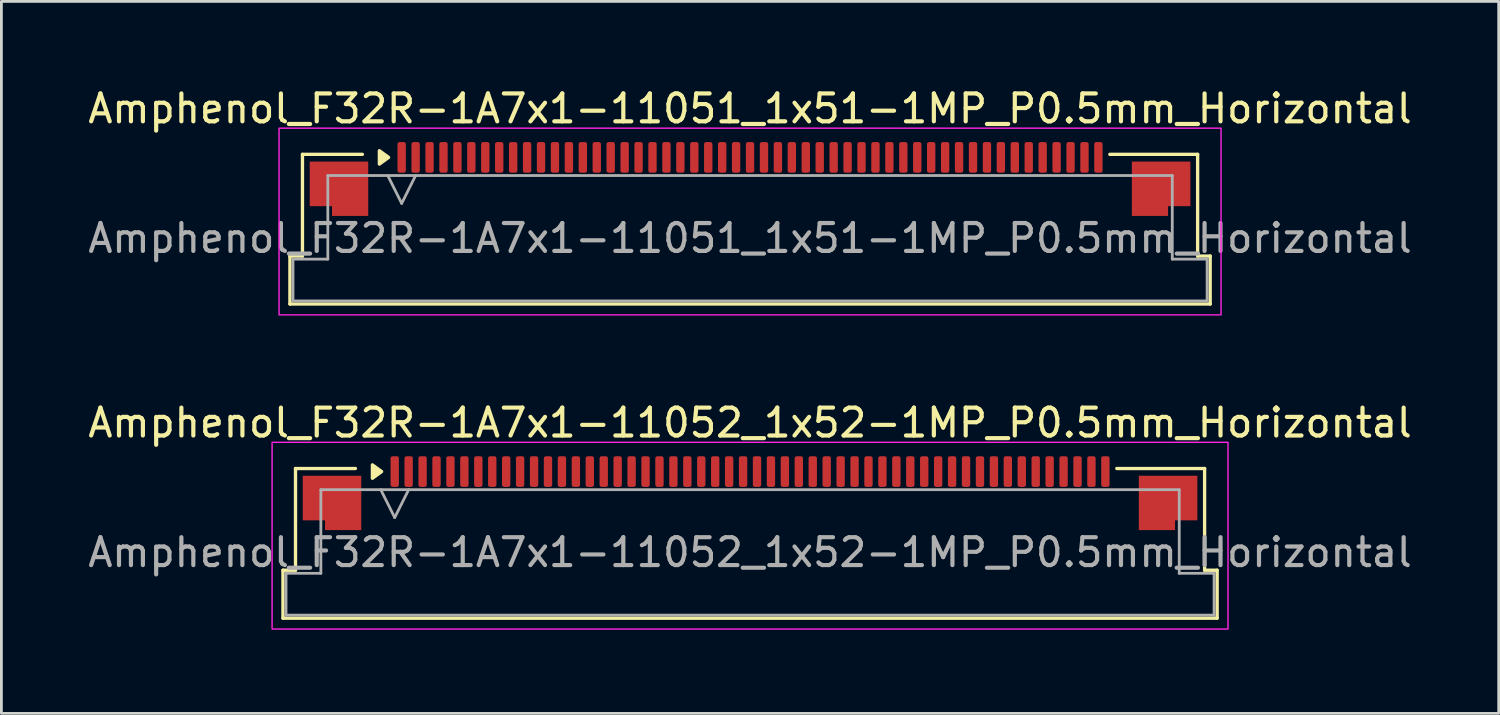
<source format=kicad_pcb>
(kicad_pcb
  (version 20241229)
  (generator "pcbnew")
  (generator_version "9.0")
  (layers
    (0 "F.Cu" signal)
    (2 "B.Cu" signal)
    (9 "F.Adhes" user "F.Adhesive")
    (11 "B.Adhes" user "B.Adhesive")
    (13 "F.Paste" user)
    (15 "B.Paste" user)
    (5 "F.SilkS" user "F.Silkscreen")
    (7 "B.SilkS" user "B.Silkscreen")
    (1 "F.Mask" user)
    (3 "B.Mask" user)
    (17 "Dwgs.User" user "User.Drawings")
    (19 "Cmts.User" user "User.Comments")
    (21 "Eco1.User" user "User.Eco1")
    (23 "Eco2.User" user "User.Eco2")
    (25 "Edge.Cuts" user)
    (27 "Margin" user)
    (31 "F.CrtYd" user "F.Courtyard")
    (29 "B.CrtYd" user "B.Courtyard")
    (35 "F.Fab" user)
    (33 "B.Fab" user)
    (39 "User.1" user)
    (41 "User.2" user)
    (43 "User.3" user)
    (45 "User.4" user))
  (footprint "Amphenol_F32R-1A7x1-11051_1x51-1MP_P0.5mm_Horizontal"
    (layer "F.Cu")
    (at 23.863 5.498)
    (property "Reference" "Amphenol_F32R-1A7x1-11051_1x51-1MP_P0.5mm_Horizontal" (at 0 -4.65 0) (layer "F.SilkS") (effects (font (size 1 1) (thickness 0.15))))
    (attr smd)
    (fp_line (start -16.51 0.64) (end -16.06 0.64) (stroke (width 0.12) (type solid)) (layer "F.SilkS"))
    (fp_line (start -16.51 2.36) (end -16.51 0.64) (stroke (width 0.12) (type solid)) (layer "F.SilkS"))
    (fp_line (start -16.06 -3.01) (end -13.91 -3.01) (stroke (width 0.12) (type solid)) (layer "F.SilkS"))
    (fp_line (start -16.06 0.64) (end -16.06 -3.01) (stroke (width 0.12) (type solid)) (layer "F.SilkS"))
    (fp_line (start 12.91 -3.01) (end 16.06 -3.01) (stroke (width 0.12) (type solid)) (layer "F.SilkS"))
    (fp_line (start 16.06 -3.01) (end 16.06 0.64) (stroke (width 0.12) (type solid)) (layer "F.SilkS"))
    (fp_line (start 16.06 0.64) (end 16.51 0.64) (stroke (width 0.12) (type solid)) (layer "F.SilkS"))
    (fp_line (start 16.51 0.64) (end 16.51 2.36) (stroke (width 0.12) (type solid)) (layer "F.SilkS"))
    (fp_line (start 16.51 2.36) (end -16.51 2.36) (stroke (width 0.12) (type solid)) (layer "F.SilkS"))
    (fp_poly (pts (xy -12.97 -2.9) (xy -13.3 -2.66) (xy -13.3 -3.14)) (stroke (width 0.12) (type solid)) (fill yes) (layer "F.SilkS"))
    (fp_rect (start -16.9 -3.95) (end 16.9 2.75) (stroke (width 0.05) (type solid)) (fill no) (layer "F.CrtYd"))
    (fp_line (start -16.4 0.75) (end -15.15 0.75) (stroke (width 0.1) (type solid)) (layer "F.Fab"))
    (fp_line (start -16.4 2.25) (end -16.4 0.75) (stroke (width 0.1) (type solid)) (layer "F.Fab"))
    (fp_line (start -15.15 -2.25) (end 15.15 -2.25) (stroke (width 0.1) (type solid)) (layer "F.Fab"))
    (fp_line (start -15.15 0.75) (end -15.15 -2.25) (stroke (width 0.1) (type solid)) (layer "F.Fab"))
    (fp_line (start -13 -2.25) (end -12.5 -1.25) (stroke (width 0.1) (type solid)) (layer "F.Fab"))
    (fp_line (start -12.5 -1.25) (end -12 -2.25) (stroke (width 0.1) (type solid)) (layer "F.Fab"))
    (fp_line (start 15.15 -2.25) (end 15.15 0.75) (stroke (width 0.1) (type solid)) (layer "F.Fab"))
    (fp_line (start 15.15 0.75) (end 16.4 0.75) (stroke (width 0.1) (type solid)) (layer "F.Fab"))
    (fp_line (start 16.4 0.75) (end 16.4 2.25) (stroke (width 0.1) (type solid)) (layer "F.Fab"))
    (fp_line (start 16.4 2.25) (end -16.4 2.25) (stroke (width 0.1) (type solid)) (layer "F.Fab"))
    (fp_text user "${REFERENCE}" (at 0 0 0) (layer "F.Fab") (effects (font (size 1 1) (thickness 0.15))))
    (pad "1" smd roundrect (at -12.5 -2.9) (size 0.3 1.1) (layers "F.Cu" "F.Mask" "F.Paste") (roundrect_rratio 0.25))
    (pad "2" smd roundrect (at -12 -2.9) (size 0.3 1.1) (layers "F.Cu" "F.Mask" "F.Paste") (roundrect_rratio 0.25))
    (pad "3" smd roundrect (at -11.5 -2.9) (size 0.3 1.1) (layers "F.Cu" "F.Mask" "F.Paste") (roundrect_rratio 0.25))
    (pad "4" smd roundrect (at -11 -2.9) (size 0.3 1.1) (layers "F.Cu" "F.Mask" "F.Paste") (roundrect_rratio 0.25))
    (pad "5" smd roundrect (at -10.5 -2.9) (size 0.3 1.1) (layers "F.Cu" "F.Mask" "F.Paste") (roundrect_rratio 0.25))
    (pad "6" smd roundrect (at -10 -2.9) (size 0.3 1.1) (layers "F.Cu" "F.Mask" "F.Paste") (roundrect_rratio 0.25))
    (pad "7" smd roundrect (at -9.5 -2.9) (size 0.3 1.1) (layers "F.Cu" "F.Mask" "F.Paste") (roundrect_rratio 0.25))
    (pad "8" smd roundrect (at -9 -2.9) (size 0.3 1.1) (layers "F.Cu" "F.Mask" "F.Paste") (roundrect_rratio 0.25))
    (pad "9" smd roundrect (at -8.5 -2.9) (size 0.3 1.1) (layers "F.Cu" "F.Mask" "F.Paste") (roundrect_rratio 0.25))
    (pad "10" smd roundrect (at -8 -2.9) (size 0.3 1.1) (layers "F.Cu" "F.Mask" "F.Paste") (roundrect_rratio 0.25))
    (pad "11" smd roundrect (at -7.5 -2.9) (size 0.3 1.1) (layers "F.Cu" "F.Mask" "F.Paste") (roundrect_rratio 0.25))
    (pad "12" smd roundrect (at -7 -2.9) (size 0.3 1.1) (layers "F.Cu" "F.Mask" "F.Paste") (roundrect_rratio 0.25))
    (pad "13" smd roundrect (at -6.5 -2.9) (size 0.3 1.1) (layers "F.Cu" "F.Mask" "F.Paste") (roundrect_rratio 0.25))
    (pad "14" smd roundrect (at -6 -2.9) (size 0.3 1.1) (layers "F.Cu" "F.Mask" "F.Paste") (roundrect_rratio 0.25))
    (pad "15" smd roundrect (at -5.5 -2.9) (size 0.3 1.1) (layers "F.Cu" "F.Mask" "F.Paste") (roundrect_rratio 0.25))
    (pad "16" smd roundrect (at -5 -2.9) (size 0.3 1.1) (layers "F.Cu" "F.Mask" "F.Paste") (roundrect_rratio 0.25))
    (pad "17" smd roundrect (at -4.5 -2.9) (size 0.3 1.1) (layers "F.Cu" "F.Mask" "F.Paste") (roundrect_rratio 0.25))
    (pad "18" smd roundrect (at -4 -2.9) (size 0.3 1.1) (layers "F.Cu" "F.Mask" "F.Paste") (roundrect_rratio 0.25))
    (pad "19" smd roundrect (at -3.5 -2.9) (size 0.3 1.1) (layers "F.Cu" "F.Mask" "F.Paste") (roundrect_rratio 0.25))
    (pad "20" smd roundrect (at -3 -2.9) (size 0.3 1.1) (layers "F.Cu" "F.Mask" "F.Paste") (roundrect_rratio 0.25))
    (pad "21" smd roundrect (at -2.5 -2.9) (size 0.3 1.1) (layers "F.Cu" "F.Mask" "F.Paste") (roundrect_rratio 0.25))
    (pad "22" smd roundrect (at -2 -2.9) (size 0.3 1.1) (layers "F.Cu" "F.Mask" "F.Paste") (roundrect_rratio 0.25))
    (pad "23" smd roundrect (at -1.5 -2.9) (size 0.3 1.1) (layers "F.Cu" "F.Mask" "F.Paste") (roundrect_rratio 0.25))
    (pad "24" smd roundrect (at -1 -2.9) (size 0.3 1.1) (layers "F.Cu" "F.Mask" "F.Paste") (roundrect_rratio 0.25))
    (pad "25" smd roundrect (at -0.5 -2.9) (size 0.3 1.1) (layers "F.Cu" "F.Mask" "F.Paste") (roundrect_rratio 0.25))
    (pad "26" smd roundrect (at 0 -2.9) (size 0.3 1.1) (layers "F.Cu" "F.Mask" "F.Paste") (roundrect_rratio 0.25))
    (pad "27" smd roundrect (at 0.5 -2.9) (size 0.3 1.1) (layers "F.Cu" "F.Mask" "F.Paste") (roundrect_rratio 0.25))
    (pad "28" smd roundrect (at 1 -2.9) (size 0.3 1.1) (layers "F.Cu" "F.Mask" "F.Paste") (roundrect_rratio 0.25))
    (pad "29" smd roundrect (at 1.5 -2.9) (size 0.3 1.1) (layers "F.Cu" "F.Mask" "F.Paste") (roundrect_rratio 0.25))
    (pad "30" smd roundrect (at 2 -2.9) (size 0.3 1.1) (layers "F.Cu" "F.Mask" "F.Paste") (roundrect_rratio 0.25))
    (pad "31" smd roundrect (at 2.5 -2.9) (size 0.3 1.1) (layers "F.Cu" "F.Mask" "F.Paste") (roundrect_rratio 0.25))
    (pad "32" smd roundrect (at 3 -2.9) (size 0.3 1.1) (layers "F.Cu" "F.Mask" "F.Paste") (roundrect_rratio 0.25))
    (pad "33" smd roundrect (at 3.5 -2.9) (size 0.3 1.1) (layers "F.Cu" "F.Mask" "F.Paste") (roundrect_rratio 0.25))
    (pad "34" smd roundrect (at 4 -2.9) (size 0.3 1.1) (layers "F.Cu" "F.Mask" "F.Paste") (roundrect_rratio 0.25))
    (pad "35" smd roundrect (at 4.5 -2.9) (size 0.3 1.1) (layers "F.Cu" "F.Mask" "F.Paste") (roundrect_rratio 0.25))
    (pad "36" smd roundrect (at 5 -2.9) (size 0.3 1.1) (layers "F.Cu" "F.Mask" "F.Paste") (roundrect_rratio 0.25))
    (pad "37" smd roundrect (at 5.5 -2.9) (size 0.3 1.1) (layers "F.Cu" "F.Mask" "F.Paste") (roundrect_rratio 0.25))
    (pad "38" smd roundrect (at 6 -2.9) (size 0.3 1.1) (layers "F.Cu" "F.Mask" "F.Paste") (roundrect_rratio 0.25))
    (pad "39" smd roundrect (at 6.5 -2.9) (size 0.3 1.1) (layers "F.Cu" "F.Mask" "F.Paste") (roundrect_rratio 0.25))
    (pad "40" smd roundrect (at 7 -2.9) (size 0.3 1.1) (layers "F.Cu" "F.Mask" "F.Paste") (roundrect_rratio 0.25))
    (pad "41" smd roundrect (at 7.5 -2.9) (size 0.3 1.1) (layers "F.Cu" "F.Mask" "F.Paste") (roundrect_rratio 0.25))
    (pad "42" smd roundrect (at 8 -2.9) (size 0.3 1.1) (layers "F.Cu" "F.Mask" "F.Paste") (roundrect_rratio 0.25))
    (pad "43" smd roundrect (at 8.5 -2.9) (size 0.3 1.1) (layers "F.Cu" "F.Mask" "F.Paste") (roundrect_rratio 0.25))
    (pad "44" smd roundrect (at 9 -2.9) (size 0.3 1.1) (layers "F.Cu" "F.Mask" "F.Paste") (roundrect_rratio 0.25))
    (pad "45" smd roundrect (at 9.5 -2.9) (size 0.3 1.1) (layers "F.Cu" "F.Mask" "F.Paste") (roundrect_rratio 0.25))
    (pad "46" smd roundrect (at 10 -2.9) (size 0.3 1.1) (layers "F.Cu" "F.Mask" "F.Paste") (roundrect_rratio 0.25))
    (pad "47" smd roundrect (at 10.5 -2.9) (size 0.3 1.1) (layers "F.Cu" "F.Mask" "F.Paste") (roundrect_rratio 0.25))
    (pad "48" smd roundrect (at 11 -2.9) (size 0.3 1.1) (layers "F.Cu" "F.Mask" "F.Paste") (roundrect_rratio 0.25))
    (pad "49" smd roundrect (at 11.5 -2.9) (size 0.3 1.1) (layers "F.Cu" "F.Mask" "F.Paste") (roundrect_rratio 0.25))
    (pad "50" smd roundrect (at 12 -2.9) (size 0.3 1.1) (layers "F.Cu" "F.Mask" "F.Paste") (roundrect_rratio 0.25))
    (pad "51" smd roundrect (at 12.5 -2.9) (size 0.3 1.1) (layers "F.Cu" "F.Mask" "F.Paste") (roundrect_rratio 0.25))
    (pad "MP" smd custom (at -14.75 -1.775) (size 1 1) (layers "F.Cu" "F.Mask" "F.Paste") (options (anchor circle)) (primitives (gr_poly (pts (xy 1.05 -0.975) (xy 1.05 0.975) (xy -0.25 0.975) (xy -0.25 0.625) (xy -1.05 0.625) (xy -1.05 -0.975)) (width 0) (fill yes))))
    (pad "MP" smd custom (at 14.75 -1.775) (size 1 1) (layers "F.Cu" "F.Mask" "F.Paste") (options (anchor circle)) (primitives (gr_poly (pts (xy -1.05 -0.975) (xy -1.05 0.975) (xy 0.25 0.975) (xy 0.25 0.625) (xy 1.05 0.625) (xy 1.05 -0.975)) (width 0) (fill yes)))))
  (footprint "Amphenol_F32R-1A7x1-11052_1x52-1MP_P0.5mm_Horizontal"
    (layer "F.Cu")
    (at 23.863 16.771)
    (property "Reference" "Amphenol_F32R-1A7x1-11052_1x52-1MP_P0.5mm_Horizontal" (at 0 -4.65 0) (layer "F.SilkS") (effects (font (size 1 1) (thickness 0.15))))
    (attr smd)
    (fp_line (start -16.76 0.64) (end -16.31 0.64) (stroke (width 0.12) (type solid)) (layer "F.SilkS"))
    (fp_line (start -16.76 2.36) (end -16.76 0.64) (stroke (width 0.12) (type solid)) (layer "F.SilkS"))
    (fp_line (start -16.31 -3.01) (end -14.16 -3.01) (stroke (width 0.12) (type solid)) (layer "F.SilkS"))
    (fp_line (start -16.31 0.64) (end -16.31 -3.01) (stroke (width 0.12) (type solid)) (layer "F.SilkS"))
    (fp_line (start 13.16 -3.01) (end 16.31 -3.01) (stroke (width 0.12) (type solid)) (layer "F.SilkS"))
    (fp_line (start 16.31 -3.01) (end 16.31 0.64) (stroke (width 0.12) (type solid)) (layer "F.SilkS"))
    (fp_line (start 16.31 0.64) (end 16.76 0.64) (stroke (width 0.12) (type solid)) (layer "F.SilkS"))
    (fp_line (start 16.76 0.64) (end 16.76 2.36) (stroke (width 0.12) (type solid)) (layer "F.SilkS"))
    (fp_line (start 16.76 2.36) (end -16.76 2.36) (stroke (width 0.12) (type solid)) (layer "F.SilkS"))
    (fp_poly (pts (xy -13.22 -2.9) (xy -13.55 -2.66) (xy -13.55 -3.14)) (stroke (width 0.12) (type solid)) (fill yes) (layer "F.SilkS"))
    (fp_rect (start -17.15 -3.95) (end 17.15 2.75) (stroke (width 0.05) (type solid)) (fill no) (layer "F.CrtYd"))
    (fp_line (start -16.65 0.75) (end -15.4 0.75) (stroke (width 0.1) (type solid)) (layer "F.Fab"))
    (fp_line (start -16.65 2.25) (end -16.65 0.75) (stroke (width 0.1) (type solid)) (layer "F.Fab"))
    (fp_line (start -15.4 -2.25) (end 15.4 -2.25) (stroke (width 0.1) (type solid)) (layer "F.Fab"))
    (fp_line (start -15.4 0.75) (end -15.4 -2.25) (stroke (width 0.1) (type solid)) (layer "F.Fab"))
    (fp_line (start -13.25 -2.25) (end -12.75 -1.25) (stroke (width 0.1) (type solid)) (layer "F.Fab"))
    (fp_line (start -12.75 -1.25) (end -12.25 -2.25) (stroke (width 0.1) (type solid)) (layer "F.Fab"))
    (fp_line (start 15.4 -2.25) (end 15.4 0.75) (stroke (width 0.1) (type solid)) (layer "F.Fab"))
    (fp_line (start 15.4 0.75) (end 16.65 0.75) (stroke (width 0.1) (type solid)) (layer "F.Fab"))
    (fp_line (start 16.65 0.75) (end 16.65 2.25) (stroke (width 0.1) (type solid)) (layer "F.Fab"))
    (fp_line (start 16.65 2.25) (end -16.65 2.25) (stroke (width 0.1) (type solid)) (layer "F.Fab"))
    (fp_text user "${REFERENCE}" (at 0 0 0) (layer "F.Fab") (effects (font (size 1 1) (thickness 0.15))))
    (pad "1" smd roundrect (at -12.75 -2.9) (size 0.3 1.1) (layers "F.Cu" "F.Mask" "F.Paste") (roundrect_rratio 0.25))
    (pad "2" smd roundrect (at -12.25 -2.9) (size 0.3 1.1) (layers "F.Cu" "F.Mask" "F.Paste") (roundrect_rratio 0.25))
    (pad "3" smd roundrect (at -11.75 -2.9) (size 0.3 1.1) (layers "F.Cu" "F.Mask" "F.Paste") (roundrect_rratio 0.25))
    (pad "4" smd roundrect (at -11.25 -2.9) (size 0.3 1.1) (layers "F.Cu" "F.Mask" "F.Paste") (roundrect_rratio 0.25))
    (pad "5" smd roundrect (at -10.75 -2.9) (size 0.3 1.1) (layers "F.Cu" "F.Mask" "F.Paste") (roundrect_rratio 0.25))
    (pad "6" smd roundrect (at -10.25 -2.9) (size 0.3 1.1) (layers "F.Cu" "F.Mask" "F.Paste") (roundrect_rratio 0.25))
    (pad "7" smd roundrect (at -9.75 -2.9) (size 0.3 1.1) (layers "F.Cu" "F.Mask" "F.Paste") (roundrect_rratio 0.25))
    (pad "8" smd roundrect (at -9.25 -2.9) (size 0.3 1.1) (layers "F.Cu" "F.Mask" "F.Paste") (roundrect_rratio 0.25))
    (pad "9" smd roundrect (at -8.75 -2.9) (size 0.3 1.1) (layers "F.Cu" "F.Mask" "F.Paste") (roundrect_rratio 0.25))
    (pad "10" smd roundrect (at -8.25 -2.9) (size 0.3 1.1) (layers "F.Cu" "F.Mask" "F.Paste") (roundrect_rratio 0.25))
    (pad "11" smd roundrect (at -7.75 -2.9) (size 0.3 1.1) (layers "F.Cu" "F.Mask" "F.Paste") (roundrect_rratio 0.25))
    (pad "12" smd roundrect (at -7.25 -2.9) (size 0.3 1.1) (layers "F.Cu" "F.Mask" "F.Paste") (roundrect_rratio 0.25))
    (pad "13" smd roundrect (at -6.75 -2.9) (size 0.3 1.1) (layers "F.Cu" "F.Mask" "F.Paste") (roundrect_rratio 0.25))
    (pad "14" smd roundrect (at -6.25 -2.9) (size 0.3 1.1) (layers "F.Cu" "F.Mask" "F.Paste") (roundrect_rratio 0.25))
    (pad "15" smd roundrect (at -5.75 -2.9) (size 0.3 1.1) (layers "F.Cu" "F.Mask" "F.Paste") (roundrect_rratio 0.25))
    (pad "16" smd roundrect (at -5.25 -2.9) (size 0.3 1.1) (layers "F.Cu" "F.Mask" "F.Paste") (roundrect_rratio 0.25))
    (pad "17" smd roundrect (at -4.75 -2.9) (size 0.3 1.1) (layers "F.Cu" "F.Mask" "F.Paste") (roundrect_rratio 0.25))
    (pad "18" smd roundrect (at -4.25 -2.9) (size 0.3 1.1) (layers "F.Cu" "F.Mask" "F.Paste") (roundrect_rratio 0.25))
    (pad "19" smd roundrect (at -3.75 -2.9) (size 0.3 1.1) (layers "F.Cu" "F.Mask" "F.Paste") (roundrect_rratio 0.25))
    (pad "20" smd roundrect (at -3.25 -2.9) (size 0.3 1.1) (layers "F.Cu" "F.Mask" "F.Paste") (roundrect_rratio 0.25))
    (pad "21" smd roundrect (at -2.75 -2.9) (size 0.3 1.1) (layers "F.Cu" "F.Mask" "F.Paste") (roundrect_rratio 0.25))
    (pad "22" smd roundrect (at -2.25 -2.9) (size 0.3 1.1) (layers "F.Cu" "F.Mask" "F.Paste") (roundrect_rratio 0.25))
    (pad "23" smd roundrect (at -1.75 -2.9) (size 0.3 1.1) (layers "F.Cu" "F.Mask" "F.Paste") (roundrect_rratio 0.25))
    (pad "24" smd roundrect (at -1.25 -2.9) (size 0.3 1.1) (layers "F.Cu" "F.Mask" "F.Paste") (roundrect_rratio 0.25))
    (pad "25" smd roundrect (at -0.75 -2.9) (size 0.3 1.1) (layers "F.Cu" "F.Mask" "F.Paste") (roundrect_rratio 0.25))
    (pad "26" smd roundrect (at -0.25 -2.9) (size 0.3 1.1) (layers "F.Cu" "F.Mask" "F.Paste") (roundrect_rratio 0.25))
    (pad "27" smd roundrect (at 0.25 -2.9) (size 0.3 1.1) (layers "F.Cu" "F.Mask" "F.Paste") (roundrect_rratio 0.25))
    (pad "28" smd roundrect (at 0.75 -2.9) (size 0.3 1.1) (layers "F.Cu" "F.Mask" "F.Paste") (roundrect_rratio 0.25))
    (pad "29" smd roundrect (at 1.25 -2.9) (size 0.3 1.1) (layers "F.Cu" "F.Mask" "F.Paste") (roundrect_rratio 0.25))
    (pad "30" smd roundrect (at 1.75 -2.9) (size 0.3 1.1) (layers "F.Cu" "F.Mask" "F.Paste") (roundrect_rratio 0.25))
    (pad "31" smd roundrect (at 2.25 -2.9) (size 0.3 1.1) (layers "F.Cu" "F.Mask" "F.Paste") (roundrect_rratio 0.25))
    (pad "32" smd roundrect (at 2.75 -2.9) (size 0.3 1.1) (layers "F.Cu" "F.Mask" "F.Paste") (roundrect_rratio 0.25))
    (pad "33" smd roundrect (at 3.25 -2.9) (size 0.3 1.1) (layers "F.Cu" "F.Mask" "F.Paste") (roundrect_rratio 0.25))
    (pad "34" smd roundrect (at 3.75 -2.9) (size 0.3 1.1) (layers "F.Cu" "F.Mask" "F.Paste") (roundrect_rratio 0.25))
    (pad "35" smd roundrect (at 4.25 -2.9) (size 0.3 1.1) (layers "F.Cu" "F.Mask" "F.Paste") (roundrect_rratio 0.25))
    (pad "36" smd roundrect (at 4.75 -2.9) (size 0.3 1.1) (layers "F.Cu" "F.Mask" "F.Paste") (roundrect_rratio 0.25))
    (pad "37" smd roundrect (at 5.25 -2.9) (size 0.3 1.1) (layers "F.Cu" "F.Mask" "F.Paste") (roundrect_rratio 0.25))
    (pad "38" smd roundrect (at 5.75 -2.9) (size 0.3 1.1) (layers "F.Cu" "F.Mask" "F.Paste") (roundrect_rratio 0.25))
    (pad "39" smd roundrect (at 6.25 -2.9) (size 0.3 1.1) (layers "F.Cu" "F.Mask" "F.Paste") (roundrect_rratio 0.25))
    (pad "40" smd roundrect (at 6.75 -2.9) (size 0.3 1.1) (layers "F.Cu" "F.Mask" "F.Paste") (roundrect_rratio 0.25))
    (pad "41" smd roundrect (at 7.25 -2.9) (size 0.3 1.1) (layers "F.Cu" "F.Mask" "F.Paste") (roundrect_rratio 0.25))
    (pad "42" smd roundrect (at 7.75 -2.9) (size 0.3 1.1) (layers "F.Cu" "F.Mask" "F.Paste") (roundrect_rratio 0.25))
    (pad "43" smd roundrect (at 8.25 -2.9) (size 0.3 1.1) (layers "F.Cu" "F.Mask" "F.Paste") (roundrect_rratio 0.25))
    (pad "44" smd roundrect (at 8.75 -2.9) (size 0.3 1.1) (layers "F.Cu" "F.Mask" "F.Paste") (roundrect_rratio 0.25))
    (pad "45" smd roundrect (at 9.25 -2.9) (size 0.3 1.1) (layers "F.Cu" "F.Mask" "F.Paste") (roundrect_rratio 0.25))
    (pad "46" smd roundrect (at 9.75 -2.9) (size 0.3 1.1) (layers "F.Cu" "F.Mask" "F.Paste") (roundrect_rratio 0.25))
    (pad "47" smd roundrect (at 10.25 -2.9) (size 0.3 1.1) (layers "F.Cu" "F.Mask" "F.Paste") (roundrect_rratio 0.25))
    (pad "48" smd roundrect (at 10.75 -2.9) (size 0.3 1.1) (layers "F.Cu" "F.Mask" "F.Paste") (roundrect_rratio 0.25))
    (pad "49" smd roundrect (at 11.25 -2.9) (size 0.3 1.1) (layers "F.Cu" "F.Mask" "F.Paste") (roundrect_rratio 0.25))
    (pad "50" smd roundrect (at 11.75 -2.9) (size 0.3 1.1) (layers "F.Cu" "F.Mask" "F.Paste") (roundrect_rratio 0.25))
    (pad "51" smd roundrect (at 12.25 -2.9) (size 0.3 1.1) (layers "F.Cu" "F.Mask" "F.Paste") (roundrect_rratio 0.25))
    (pad "52" smd roundrect (at 12.75 -2.9) (size 0.3 1.1) (layers "F.Cu" "F.Mask" "F.Paste") (roundrect_rratio 0.25))
    (pad "MP" smd custom (at -15 -1.775) (size 1 1) (layers "F.Cu" "F.Mask" "F.Paste") (options (anchor circle)) (primitives (gr_poly (pts (xy 1.05 -0.975) (xy 1.05 0.975) (xy -0.25 0.975) (xy -0.25 0.625) (xy -1.05 0.625) (xy -1.05 -0.975)) (width 0) (fill yes))))
    (pad "MP" smd custom (at 15 -1.775) (size 1 1) (layers "F.Cu" "F.Mask" "F.Paste") (options (anchor circle)) (primitives (gr_poly (pts (xy -1.05 -0.975) (xy -1.05 0.975) (xy 0.25 0.975) (xy 0.25 0.625) (xy 1.05 0.625) (xy 1.05 -0.975)) (width 0) (fill yes)))))
  (gr_rect
    (start -3 -3)
    (end 50.726 22.547)
    (stroke (width 0.1) (type default))
    (fill no)
    (layer "Edge.Cuts")))
</source>
